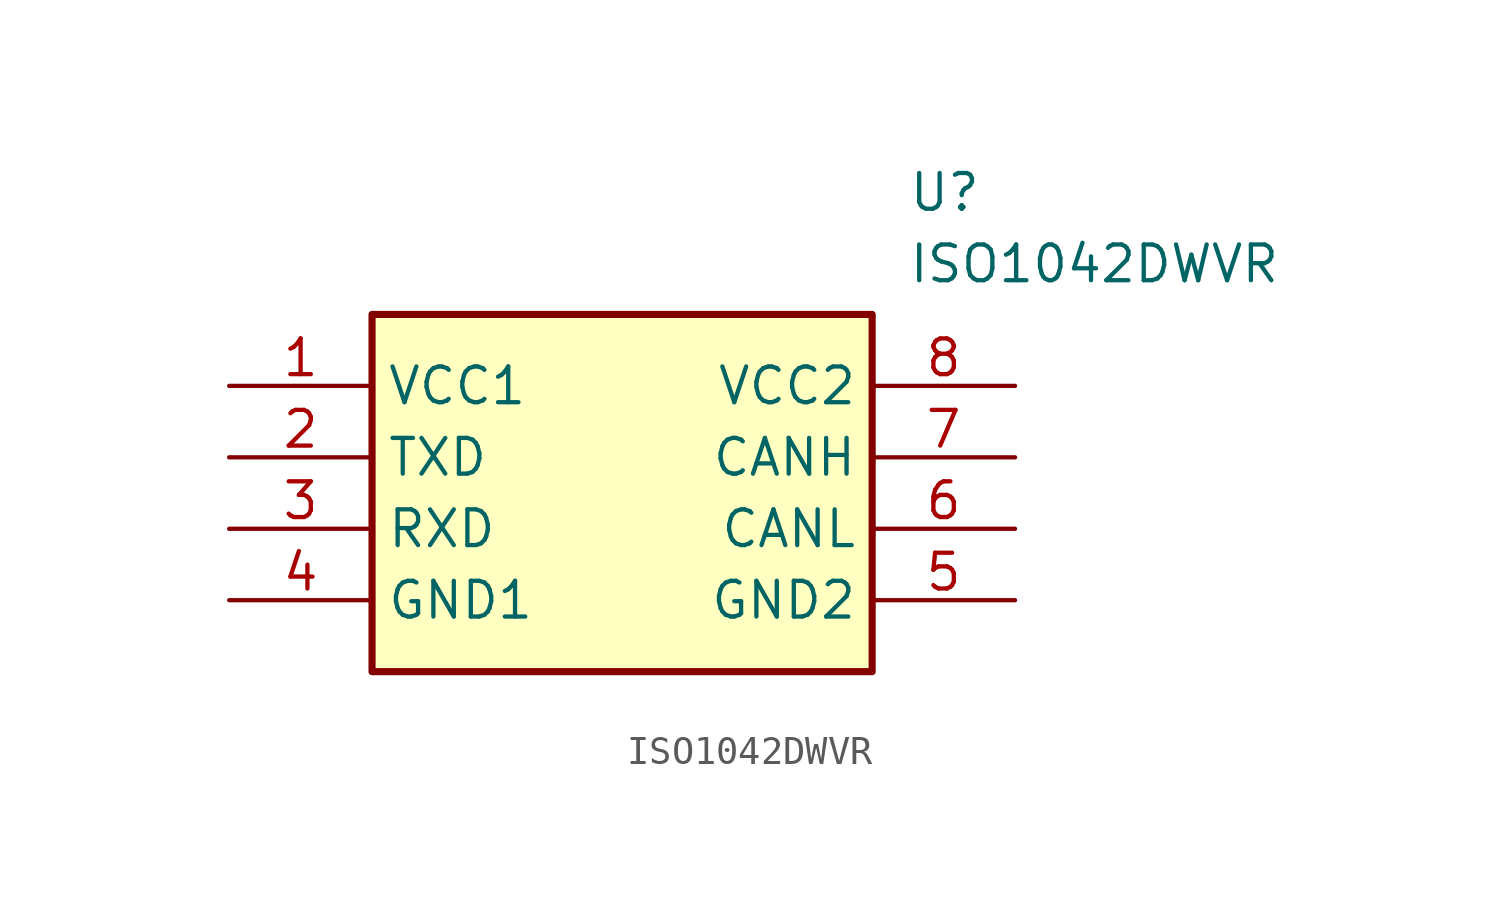
<source format=kicad_sym>
(kicad_symbol_lib
  (version 20241209)
  (generator "kicad_symbol_editor")
  (generator_version "9.0")
  (symbol "ISO1042DWVR"
    (property "Reference" "U"
      (at 24.13 7.62 0)
      (effects (font (size 1.27 1.27)) (justify left top)))
    (property "Value" "ISO1042DWVR"
      (at 24.13 5.08 0)
      (effects (font (size 1.27 1.27)) (justify left top)))
    (symbol "ISO1042DWVR_1_1"
      (rectangle (start 5.08 2.54) (end 22.86 -10.16) (stroke (width 0.254) (type default)) (fill (type background)))
      (pin passive line (at 0 0 0) (length 5.08) (name "VCC1" (effects (font (size 1.27 1.27)))) (number "1" (effects (font (size 1.27 1.27)))))
      (pin passive line (at 0 -2.54 0) (length 5.08) (name "TXD" (effects (font (size 1.27 1.27)))) (number "2" (effects (font (size 1.27 1.27)))))
      (pin passive line (at 0 -5.08 0) (length 5.08) (name "RXD" (effects (font (size 1.27 1.27)))) (number "3" (effects (font (size 1.27 1.27)))))
      (pin passive line (at 0 -7.62 0) (length 5.08) (name "GND1" (effects (font (size 1.27 1.27)))) (number "4" (effects (font (size 1.27 1.27)))))
      (pin passive line (at 27.94 0 180) (length 5.08) (name "VCC2" (effects (font (size 1.27 1.27)))) (number "8" (effects (font (size 1.27 1.27)))))
      (pin passive line (at 27.94 -2.54 180) (length 5.08) (name "CANH" (effects (font (size 1.27 1.27)))) (number "7" (effects (font (size 1.27 1.27)))))
      (pin passive line (at 27.94 -5.08 180) (length 5.08) (name "CANL" (effects (font (size 1.27 1.27)))) (number "6" (effects (font (size 1.27 1.27)))))
      (pin passive line (at 27.94 -7.62 180) (length 5.08) (name "GND2" (effects (font (size 1.27 1.27)))) (number "5" (effects (font (size 1.27 1.27))))))))
</source>
